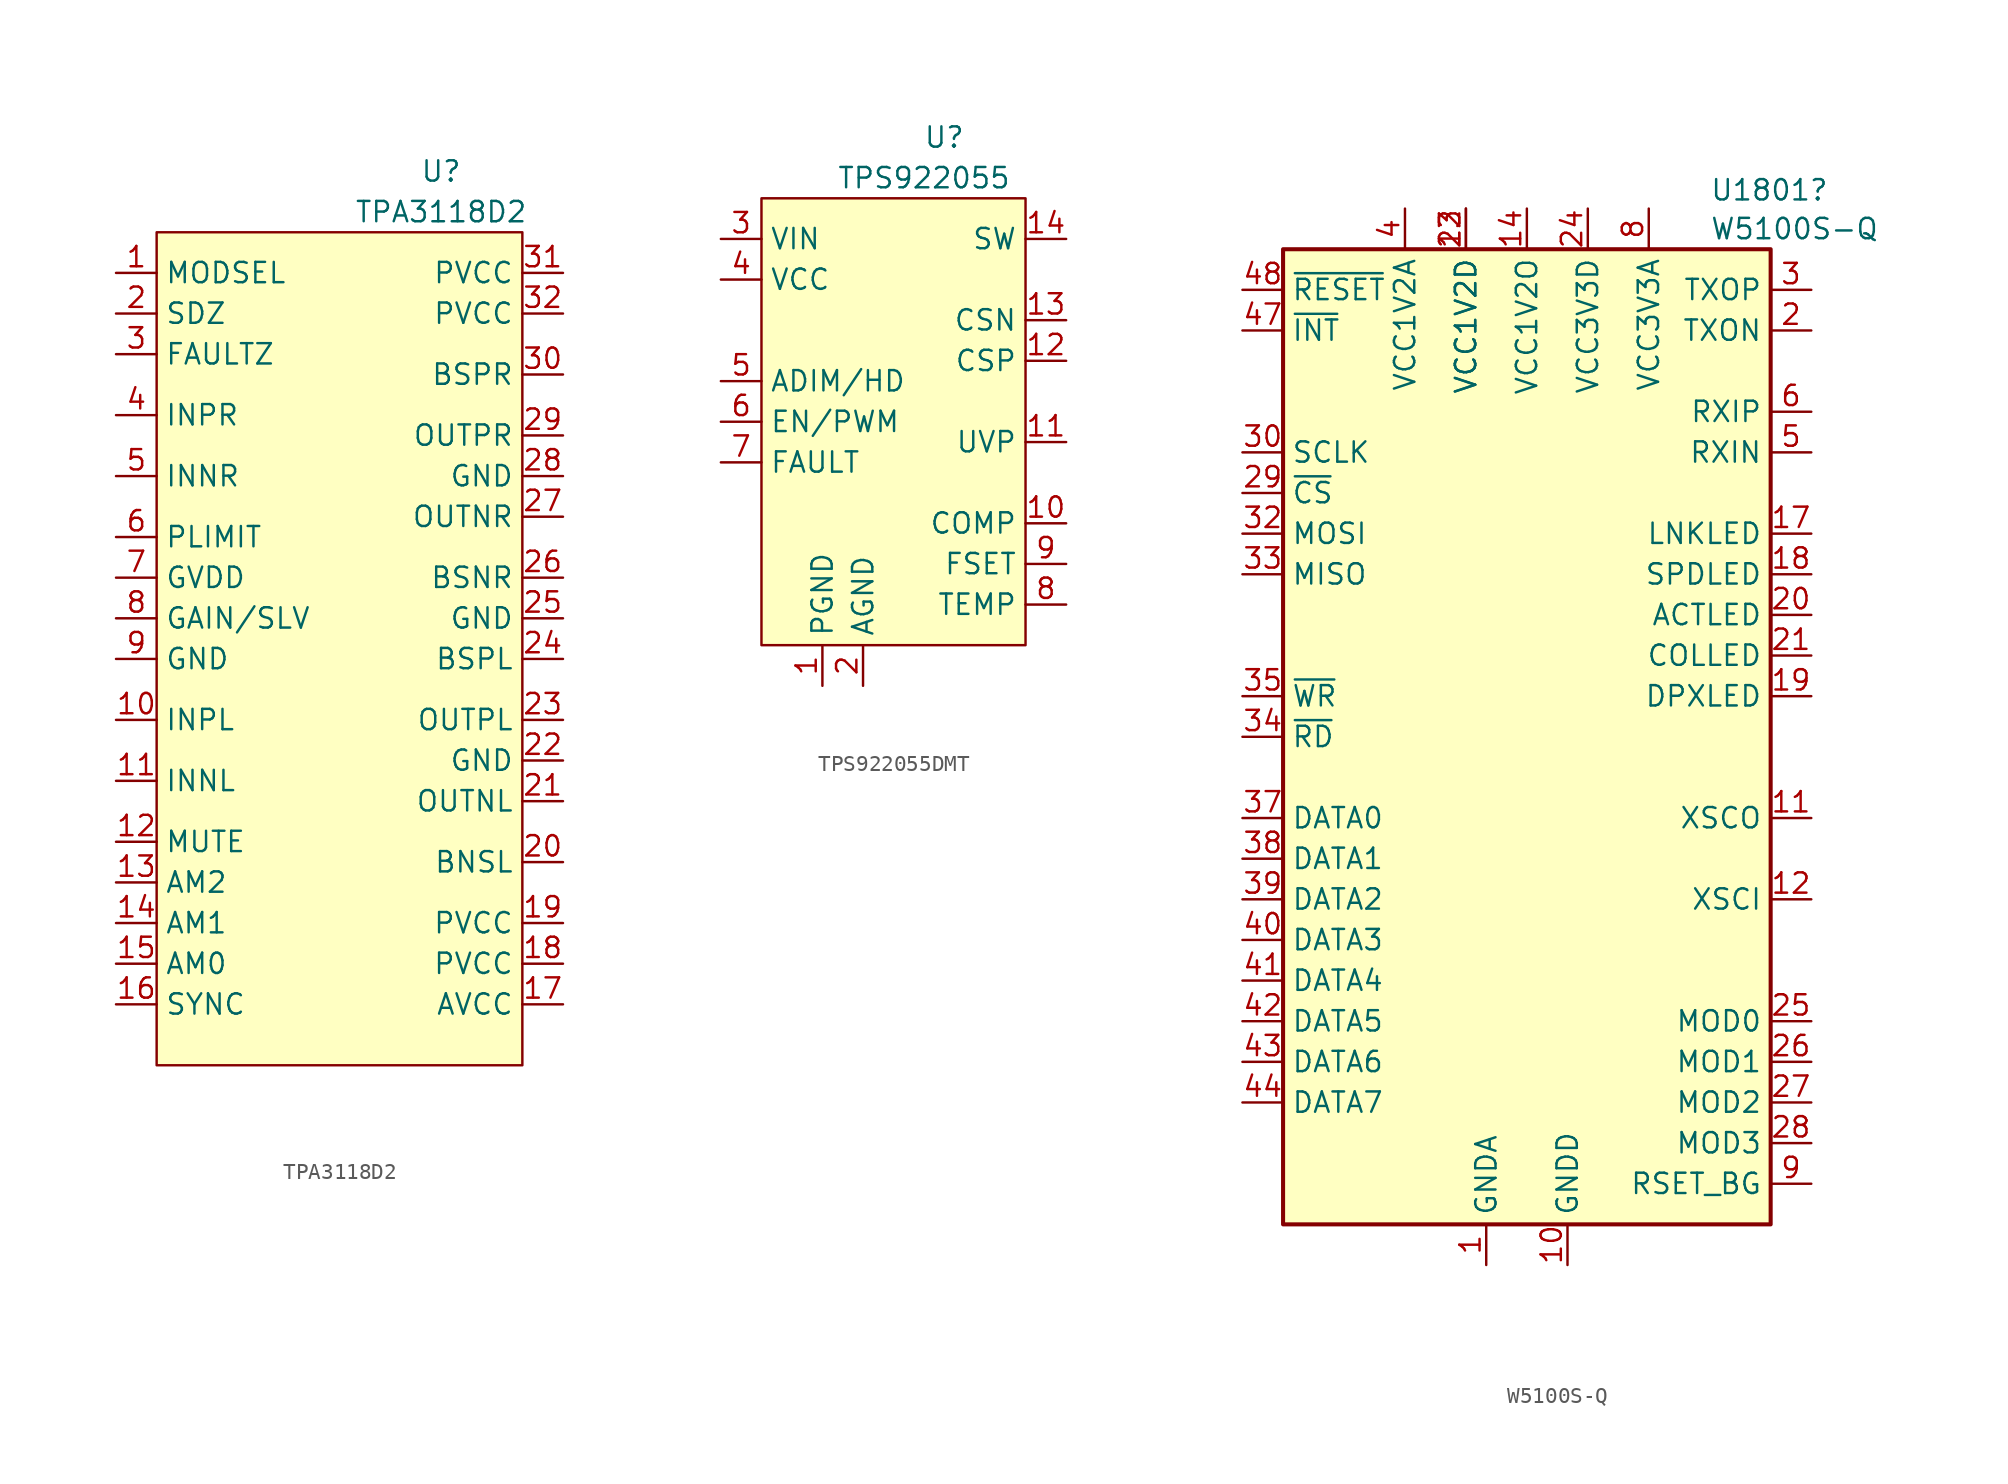
<source format=kicad_sym>
(kicad_symbol_lib
  (version 20231120)
  (generator "kicad_symbol_editor")
  (generator_version "8.0")
  (symbol "TPA3118D2"
    (property "Reference" "U"
      (at 6.35 3.81 0)
      (effects (font (size 1.27 1.27))))
    (property "Value" "TPA3118D2"
      (at 6.35 1.27 0)
      (effects (font (size 1.27 1.27))))
    (symbol "TPA3118D2_1_1"
      (rectangle (start -11.43 0) (end 11.43 -52.07) (stroke (width 0) (type default)) (fill (type background)))
      (pin input line (at -13.97 -2.54 0) (length 2.54) (name "MODSEL" (effects (font (size 1.27 1.27)))) (number "1" (effects (font (size 1.27 1.27)))))
      (pin input line (at -13.97 -30.48 0) (length 2.54) (name "INPL" (effects (font (size 1.27 1.27)))) (number "10" (effects (font (size 1.27 1.27)))))
      (pin input line (at -13.97 -34.29 0) (length 2.54) (name "INNL" (effects (font (size 1.27 1.27)))) (number "11" (effects (font (size 1.27 1.27)))))
      (pin input line (at -13.97 -38.1 0) (length 2.54) (name "MUTE" (effects (font (size 1.27 1.27)))) (number "12" (effects (font (size 1.27 1.27)))))
      (pin input line (at -13.97 -40.64 0) (length 2.54) (name "AM2" (effects (font (size 1.27 1.27)))) (number "13" (effects (font (size 1.27 1.27)))))
      (pin input line (at -13.97 -43.18 0) (length 2.54) (name "AM1" (effects (font (size 1.27 1.27)))) (number "14" (effects (font (size 1.27 1.27)))))
      (pin input line (at -13.97 -45.72 0) (length 2.54) (name "AM0" (effects (font (size 1.27 1.27)))) (number "15" (effects (font (size 1.27 1.27)))))
      (pin input line (at -13.97 -48.26 0) (length 2.54) (name "SYNC" (effects (font (size 1.27 1.27)))) (number "16" (effects (font (size 1.27 1.27)))))
      (pin input line (at 13.97 -48.26 180) (length 2.54) (name "AVCC" (effects (font (size 1.27 1.27)))) (number "17" (effects (font (size 1.27 1.27)))))
      (pin input line (at 13.97 -45.72 180) (length 2.54) (name "PVCC" (effects (font (size 1.27 1.27)))) (number "18" (effects (font (size 1.27 1.27)))))
      (pin input line (at 13.97 -43.18 180) (length 2.54) (name "PVCC" (effects (font (size 1.27 1.27)))) (number "19" (effects (font (size 1.27 1.27)))))
      (pin input line (at -13.97 -5.08 0) (length 2.54) (name "SDZ" (effects (font (size 1.27 1.27)))) (number "2" (effects (font (size 1.27 1.27)))))
      (pin input line (at 13.97 -39.37 180) (length 2.54) (name "BNSL" (effects (font (size 1.27 1.27)))) (number "20" (effects (font (size 1.27 1.27)))))
      (pin input line (at 13.97 -35.56 180) (length 2.54) (name "OUTNL" (effects (font (size 1.27 1.27)))) (number "21" (effects (font (size 1.27 1.27)))))
      (pin input line (at 13.97 -33.02 180) (length 2.54) (name "GND" (effects (font (size 1.27 1.27)))) (number "22" (effects (font (size 1.27 1.27)))))
      (pin input line (at 13.97 -30.48 180) (length 2.54) (name "OUTPL" (effects (font (size 1.27 1.27)))) (number "23" (effects (font (size 1.27 1.27)))))
      (pin input line (at 13.97 -26.67 180) (length 2.54) (name "BSPL" (effects (font (size 1.27 1.27)))) (number "24" (effects (font (size 1.27 1.27)))))
      (pin input line (at 13.97 -24.13 180) (length 2.54) (name "GND" (effects (font (size 1.27 1.27)))) (number "25" (effects (font (size 1.27 1.27)))))
      (pin input line (at 13.97 -21.59 180) (length 2.54) (name "BSNR" (effects (font (size 1.27 1.27)))) (number "26" (effects (font (size 1.27 1.27)))))
      (pin input line (at 13.97 -17.78 180) (length 2.54) (name "OUTNR" (effects (font (size 1.27 1.27)))) (number "27" (effects (font (size 1.27 1.27)))))
      (pin input line (at 13.97 -15.24 180) (length 2.54) (name "GND" (effects (font (size 1.27 1.27)))) (number "28" (effects (font (size 1.27 1.27)))))
      (pin input line (at 13.97 -12.7 180) (length 2.54) (name "OUTPR" (effects (font (size 1.27 1.27)))) (number "29" (effects (font (size 1.27 1.27)))))
      (pin input line (at -13.97 -7.62 0) (length 2.54) (name "FAULTZ" (effects (font (size 1.27 1.27)))) (number "3" (effects (font (size 1.27 1.27)))))
      (pin input line (at 13.97 -8.89 180) (length 2.54) (name "BSPR" (effects (font (size 1.27 1.27)))) (number "30" (effects (font (size 1.27 1.27)))))
      (pin input line (at 13.97 -2.54 180) (length 2.54) (name "PVCC" (effects (font (size 1.27 1.27)))) (number "31" (effects (font (size 1.27 1.27)))))
      (pin input line (at 13.97 -5.08 180) (length 2.54) (name "PVCC" (effects (font (size 1.27 1.27)))) (number "32" (effects (font (size 1.27 1.27)))))
      (pin input line (at 11.43 -33.02 0) (length 2.54) hide (name "PAD" (effects (font (size 1.27 1.27)))) (number "33" (effects (font (size 1.27 1.27)))))
      (pin input line (at -13.97 -11.43 0) (length 2.54) (name "INPR" (effects (font (size 1.27 1.27)))) (number "4" (effects (font (size 1.27 1.27)))))
      (pin input line (at -13.97 -15.24 0) (length 2.54) (name "INNR" (effects (font (size 1.27 1.27)))) (number "5" (effects (font (size 1.27 1.27)))))
      (pin input line (at -13.97 -19.05 0) (length 2.54) (name "PLIMIT" (effects (font (size 1.27 1.27)))) (number "6" (effects (font (size 1.27 1.27)))))
      (pin input line (at -13.97 -21.59 0) (length 2.54) (name "GVDD" (effects (font (size 1.27 1.27)))) (number "7" (effects (font (size 1.27 1.27)))))
      (pin input line (at -13.97 -24.13 0) (length 2.54) (name "GAIN/SLV" (effects (font (size 1.27 1.27)))) (number "8" (effects (font (size 1.27 1.27)))))
      (pin input line (at -13.97 -26.67 0) (length 2.54) (name "GND" (effects (font (size 1.27 1.27)))) (number "9" (effects (font (size 1.27 1.27)))))))
  (symbol "TPS922055DMT"
    (property "Reference" "U"
      (at 2.54 3.81 0)
      (effects (font (size 1.27 1.27))))
    (property "Value" "TPS922055"
      (at 1.27 1.27 0)
      (effects (font (size 1.27 1.27))))
    (symbol "TPS922055DMT_1_1"
      (rectangle (start -8.89 0) (end 7.62 -27.94) (stroke (width 0) (type default)) (fill (type background)))
      (pin input line (at -5.08 -30.48 90) (length 2.54) (name "PGND" (effects (font (size 1.27 1.27)))) (number "1" (effects (font (size 1.27 1.27)))))
      (pin input line (at 10.16 -20.32 180) (length 2.54) (name "COMP" (effects (font (size 1.27 1.27)))) (number "10" (effects (font (size 1.27 1.27)))))
      (pin input line (at 10.16 -15.24 180) (length 2.54) (name "UVP" (effects (font (size 1.27 1.27)))) (number "11" (effects (font (size 1.27 1.27)))))
      (pin input line (at 10.16 -10.16 180) (length 2.54) (name "CSP" (effects (font (size 1.27 1.27)))) (number "12" (effects (font (size 1.27 1.27)))))
      (pin input line (at 10.16 -7.62 180) (length 2.54) (name "CSN" (effects (font (size 1.27 1.27)))) (number "13" (effects (font (size 1.27 1.27)))))
      (pin input line (at 10.16 -2.54 180) (length 2.54) (name "SW" (effects (font (size 1.27 1.27)))) (number "14" (effects (font (size 1.27 1.27)))))
      (pin input line (at -2.413 -27.559 90) (length 2.54) hide (name "EP" (effects (font (size 1.27 1.27)))) (number "15" (effects (font (size 1.27 1.27)))))
      (pin input line (at -2.54 -30.48 90) (length 2.54) (name "AGND" (effects (font (size 1.27 1.27)))) (number "2" (effects (font (size 1.27 1.27)))))
      (pin input line (at -11.43 -2.54 0) (length 2.54) (name "VIN" (effects (font (size 1.27 1.27)))) (number "3" (effects (font (size 1.27 1.27)))))
      (pin input line (at -11.43 -5.08 0) (length 2.54) (name "VCC" (effects (font (size 1.27 1.27)))) (number "4" (effects (font (size 1.27 1.27)))))
      (pin input line (at -11.43 -11.43 0) (length 2.54) (name "ADIM/HD" (effects (font (size 1.27 1.27)))) (number "5" (effects (font (size 1.27 1.27)))))
      (pin input line (at -11.43 -13.97 0) (length 2.54) (name "EN/PWM" (effects (font (size 1.27 1.27)))) (number "6" (effects (font (size 1.27 1.27)))))
      (pin input line (at -11.43 -16.51 0) (length 2.54) (name "FAULT" (effects (font (size 1.27 1.27)))) (number "7" (effects (font (size 1.27 1.27)))))
      (pin input line (at 10.16 -25.4 180) (length 2.54) (name "TEMP" (effects (font (size 1.27 1.27)))) (number "8" (effects (font (size 1.27 1.27)))))
      (pin input line (at 10.16 -22.86 180) (length 2.54) (name "FSET" (effects (font (size 1.27 1.27)))) (number "9" (effects (font (size 1.27 1.27)))))))
  (symbol "W5100S-Q"
    (property "Reference" "U1801"
      (at 11.43 51.954 0)
      (effects (font (size 1.27 1.27)) (justify left)))
    (property "Value" "W5100S-Q"
      (at 11.43 49.53 0)
      (effects (font (size 1.27 1.27)) (justify left)))
    (symbol "W5100S-Q_0_1"
      (rectangle (start -15.24 48.26) (end 15.24 -12.7) (stroke (width 0.254) (type default)) (fill (type background))))
    (symbol "W5100S-Q_1_0"
      (pin passive line (at -3.81 50.8 270) (length 2.54) (name "VCC1V2D" (effects (font (size 1.27 1.27)))) (number "13" (effects (font (size 1.27 1.27)))))
      (pin input line (at 17.78 -7.62 180) (length 2.54) (name "MOD3" (effects (font (size 1.27 1.27)))) (number "28" (effects (font (size 1.27 1.27))))))
    (symbol "W5100S-Q_1_1"
      (pin power_in line (at -2.54 -15.24 90) (length 2.54) (name "GNDA" (effects (font (size 1.27 1.27)))) (number "1" (effects (font (size 1.27 1.27)))))
      (pin power_in line (at 2.54 -15.24 90) (length 2.54) (name "GNDD" (effects (font (size 1.27 1.27)))) (number "10" (effects (font (size 1.27 1.27)))))
      (pin output line (at 17.78 12.7 180) (length 2.54) (name "XSCO" (effects (font (size 1.27 1.27)))) (number "11" (effects (font (size 1.27 1.27)))))
      (pin input line (at 17.78 7.62 180) (length 2.54) (name "XSCI" (effects (font (size 1.27 1.27)))) (number "12" (effects (font (size 1.27 1.27)))))
      (pin power_out line (at 0 50.8 270) (length 2.54) (name "VCC1V2O" (effects (font (size 1.27 1.27)))) (number "14" (effects (font (size 1.27 1.27)))))
      (pin passive line (at 7.62 50.8 270) (length 2.54) hide (name "VCC3V3A" (effects (font (size 1.27 1.27)))) (number "15" (effects (font (size 1.27 1.27)))))
      (pin passive line (at -2.54 -15.24 90) (length 2.54) hide (name "GNDA" (effects (font (size 1.27 1.27)))) (number "16" (effects (font (size 1.27 1.27)))))
      (pin output line (at 17.78 30.48 180) (length 2.54) (name "LNKLED" (effects (font (size 1.27 1.27)))) (number "17" (effects (font (size 1.27 1.27)))))
      (pin output line (at 17.78 27.94 180) (length 2.54) (name "SPDLED" (effects (font (size 1.27 1.27)))) (number "18" (effects (font (size 1.27 1.27)))))
      (pin output line (at 17.78 20.32 180) (length 2.54) (name "DPXLED" (effects (font (size 1.27 1.27)))) (number "19" (effects (font (size 1.27 1.27)))))
      (pin output line (at 17.78 43.18 180) (length 2.54) (name "TXON" (effects (font (size 1.27 1.27)))) (number "2" (effects (font (size 1.27 1.27)))))
      (pin output line (at 17.78 25.4 180) (length 2.54) (name "ACTLED" (effects (font (size 1.27 1.27)))) (number "20" (effects (font (size 1.27 1.27)))))
      (pin output line (at 17.78 22.86 180) (length 2.54) (name "COLLED" (effects (font (size 1.27 1.27)))) (number "21" (effects (font (size 1.27 1.27)))))
      (pin power_in line (at -3.81 50.8 270) (length 2.54) (name "VCC1V2D" (effects (font (size 1.27 1.27)))) (number "22" (effects (font (size 1.27 1.27)))))
      (pin passive line (at 2.54 -15.24 90) (length 2.54) hide (name "GNDD" (effects (font (size 1.27 1.27)))) (number "23" (effects (font (size 1.27 1.27)))))
      (pin power_in line (at 3.81 50.8 270) (length 2.54) (name "VCC3V3D" (effects (font (size 1.27 1.27)))) (number "24" (effects (font (size 1.27 1.27)))))
      (pin input line (at 17.78 0 180) (length 2.54) (name "MOD0" (effects (font (size 1.27 1.27)))) (number "25" (effects (font (size 1.27 1.27)))))
      (pin input line (at 17.78 -2.54 180) (length 2.54) (name "MOD1" (effects (font (size 1.27 1.27)))) (number "26" (effects (font (size 1.27 1.27)))))
      (pin input line (at 17.78 -5.08 180) (length 2.54) (name "MOD2" (effects (font (size 1.27 1.27)))) (number "27" (effects (font (size 1.27 1.27)))))
      (pin input line (at -17.78 33.02 0) (length 2.54) (name "~{CS}" (effects (font (size 1.27 1.27)))) (number "29" (effects (font (size 1.27 1.27)))))
      (pin output line (at 17.78 45.72 180) (length 2.54) (name "TXOP" (effects (font (size 1.27 1.27)))) (number "3" (effects (font (size 1.27 1.27)))))
      (pin input line (at -17.78 35.56 0) (length 2.54) (name "SCLK" (effects (font (size 1.27 1.27)))) (number "30" (effects (font (size 1.27 1.27)))))
      (pin passive line (at -3.81 50.8 270) (length 2.54) hide (name "VCC1V2D" (effects (font (size 1.27 1.27)))) (number "31" (effects (font (size 1.27 1.27)))))
      (pin input line (at -17.78 30.48 0) (length 2.54) (name "MOSI" (effects (font (size 1.27 1.27)))) (number "32" (effects (font (size 1.27 1.27)))))
      (pin output line (at -17.78 27.94 0) (length 2.54) (name "MISO" (effects (font (size 1.27 1.27)))) (number "33" (effects (font (size 1.27 1.27)))))
      (pin input line (at -17.78 17.78 0) (length 2.54) (name "~{RD}" (effects (font (size 1.27 1.27)))) (number "34" (effects (font (size 1.27 1.27)))))
      (pin input line (at -17.78 20.32 0) (length 2.54) (name "~{WR}" (effects (font (size 1.27 1.27)))) (number "35" (effects (font (size 1.27 1.27)))))
      (pin passive line (at 3.81 50.8 270) (length 2.54) hide (name "VCC3V3D" (effects (font (size 1.27 1.27)))) (number "36" (effects (font (size 1.27 1.27)))))
      (pin bidirectional line (at -17.78 12.7 0) (length 2.54) (name "DATA0" (effects (font (size 1.27 1.27)))) (number "37" (effects (font (size 1.27 1.27)))))
      (pin bidirectional line (at -17.78 10.16 0) (length 2.54) (name "DATA1" (effects (font (size 1.27 1.27)))) (number "38" (effects (font (size 1.27 1.27)))))
      (pin bidirectional line (at -17.78 7.62 0) (length 2.54) (name "DATA2" (effects (font (size 1.27 1.27)))) (number "39" (effects (font (size 1.27 1.27)))))
      (pin power_in line (at -7.62 50.8 270) (length 2.54) (name "VCC1V2A" (effects (font (size 1.27 1.27)))) (number "4" (effects (font (size 1.27 1.27)))))
      (pin bidirectional line (at -17.78 5.08 0) (length 2.54) (name "DATA3" (effects (font (size 1.27 1.27)))) (number "40" (effects (font (size 1.27 1.27)))))
      (pin bidirectional line (at -17.78 2.54 0) (length 2.54) (name "DATA4" (effects (font (size 1.27 1.27)))) (number "41" (effects (font (size 1.27 1.27)))))
      (pin bidirectional line (at -17.78 0 0) (length 2.54) (name "DATA5" (effects (font (size 1.27 1.27)))) (number "42" (effects (font (size 1.27 1.27)))))
      (pin bidirectional line (at -17.78 -2.54 0) (length 2.54) (name "DATA6" (effects (font (size 1.27 1.27)))) (number "43" (effects (font (size 1.27 1.27)))))
      (pin bidirectional line (at -17.78 -5.08 0) (length 2.54) (name "DATA7" (effects (font (size 1.27 1.27)))) (number "44" (effects (font (size 1.27 1.27)))))
      (pin passive line (at -3.81 50.8 270) (length 2.54) hide (name "VCC1V2D" (effects (font (size 1.27 1.27)))) (number "45" (effects (font (size 1.27 1.27)))))
      (pin passive line (at 2.54 -15.24 90) (length 2.54) hide (name "GNDD" (effects (font (size 1.27 1.27)))) (number "46" (effects (font (size 1.27 1.27)))))
      (pin output line (at -17.78 43.18 0) (length 2.54) (name "~{INT}" (effects (font (size 1.27 1.27)))) (number "47" (effects (font (size 1.27 1.27)))))
      (pin input line (at -17.78 45.72 0) (length 2.54) (name "~{RESET}" (effects (font (size 1.27 1.27)))) (number "48" (effects (font (size 1.27 1.27)))))
      (pin input line (at 17.78 35.56 180) (length 2.54) (name "RXIN" (effects (font (size 1.27 1.27)))) (number "5" (effects (font (size 1.27 1.27)))))
      (pin input line (at 17.78 38.1 180) (length 2.54) (name "RXIP" (effects (font (size 1.27 1.27)))) (number "6" (effects (font (size 1.27 1.27)))))
      (pin passive line (at -2.54 -15.24 90) (length 2.54) hide (name "GNDA" (effects (font (size 1.27 1.27)))) (number "7" (effects (font (size 1.27 1.27)))))
      (pin power_in line (at 7.62 50.8 270) (length 2.54) (name "VCC3V3A" (effects (font (size 1.27 1.27)))) (number "8" (effects (font (size 1.27 1.27)))))
      (pin output line (at 17.78 -10.16 180) (length 2.54) (name "RSET_BG" (effects (font (size 1.27 1.27)))) (number "9" (effects (font (size 1.27 1.27))))))))
</source>
